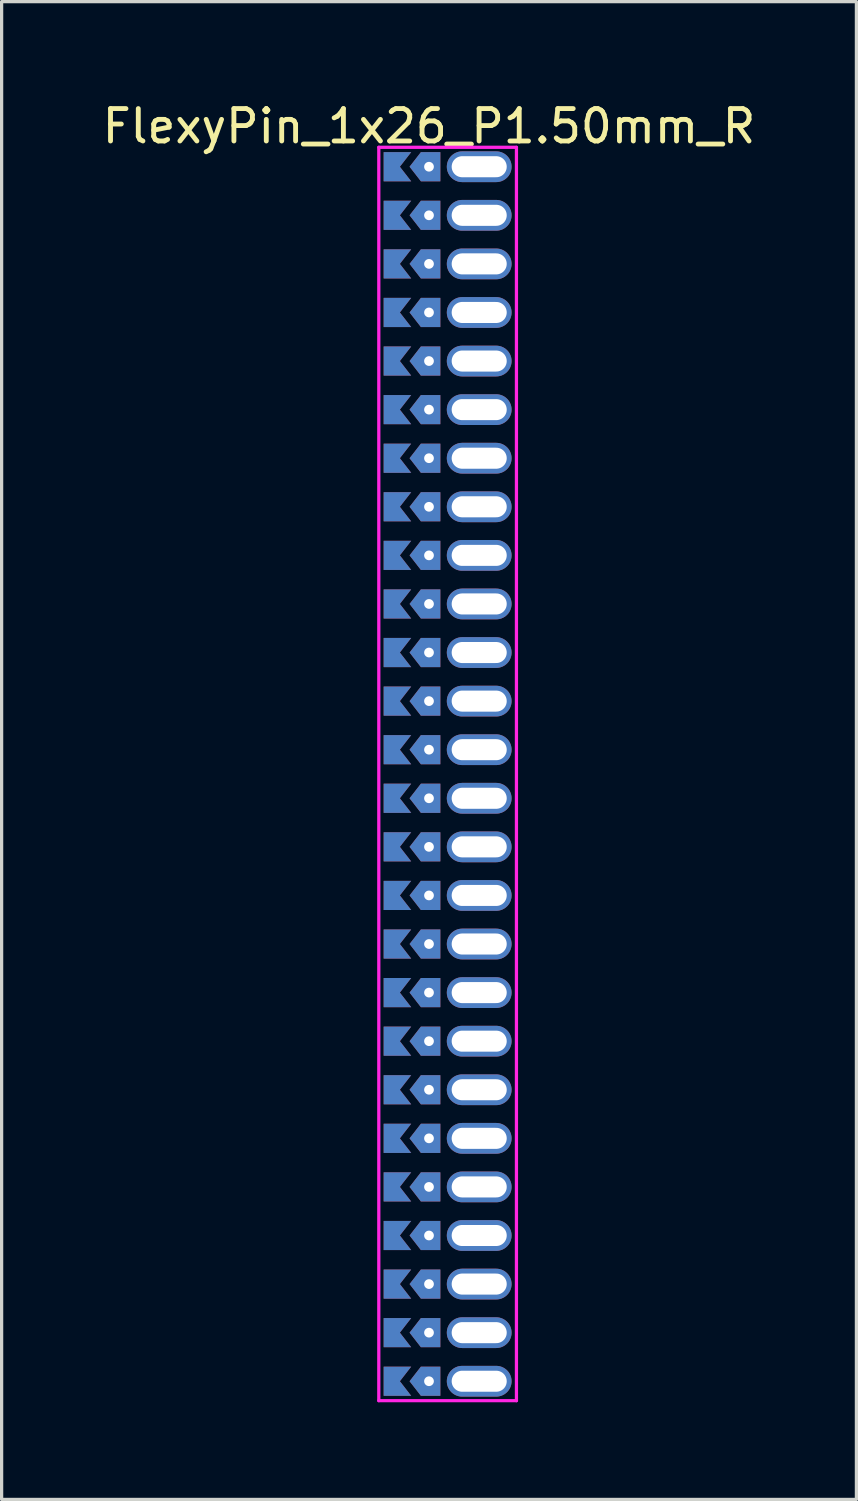
<source format=kicad_pcb>
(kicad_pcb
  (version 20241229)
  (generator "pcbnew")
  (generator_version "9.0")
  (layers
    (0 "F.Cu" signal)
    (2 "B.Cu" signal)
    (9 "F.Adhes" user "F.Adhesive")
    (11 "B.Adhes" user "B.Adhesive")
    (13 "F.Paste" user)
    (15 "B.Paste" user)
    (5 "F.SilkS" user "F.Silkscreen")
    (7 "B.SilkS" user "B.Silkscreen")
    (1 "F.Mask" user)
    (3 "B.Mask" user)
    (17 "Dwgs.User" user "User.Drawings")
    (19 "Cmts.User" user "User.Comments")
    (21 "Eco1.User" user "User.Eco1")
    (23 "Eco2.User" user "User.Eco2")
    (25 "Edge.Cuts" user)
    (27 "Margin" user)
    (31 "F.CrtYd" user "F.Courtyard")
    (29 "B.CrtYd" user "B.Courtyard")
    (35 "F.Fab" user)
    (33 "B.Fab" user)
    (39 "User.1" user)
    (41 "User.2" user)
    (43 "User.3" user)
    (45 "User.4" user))
  (footprint "FlexyPin_1x26_P1.50mm_R"
    (layer "F.Cu")
    (at 10.196 2.098)
    (property "Reference" "FlexyPin_1x26_P1.50mm_R" (at 0 -1.25 0) (layer "F.SilkS") (effects (font (size 1 1) (thickness 0.15))))
    (attr through_hole)
    (fp_line (start -1.55 -0.6) (end 2.7 -0.6) (stroke (width 0.1) (type solid)) (layer "F.CrtYd"))
    (fp_line (start -1.55 38.1) (end -1.55 -0.6) (stroke (width 0.1) (type solid)) (layer "F.CrtYd"))
    (fp_line (start 2.7 -0.6) (end 2.7 38.1) (stroke (width 0.1) (type solid)) (layer "F.CrtYd"))
    (fp_line (start 2.7 38.1) (end -1.55 38.1) (stroke (width 0.1) (type solid)) (layer "F.CrtYd"))
    (pad "" thru_hole custom (at 0 0) (size 0.3 0.3) (drill 0.6) (layers "*.Cu" "*.Mask") (options (anchor rect)) (primitives (gr_poly (pts (xy 0.35 0.45) (xy 0.35 -0.45) (xy -0.25 -0.45) (xy -0.6 0) (xy -0.25 0.45)) (width 0) (fill yes))))
    (pad "" thru_hole custom (at 0 1.5) (size 0.3 0.3) (drill 0.6) (layers "*.Cu" "*.Mask") (options (anchor rect)) (primitives (gr_poly (pts (xy 0.35 0.45) (xy 0.35 -0.45) (xy -0.25 -0.45) (xy -0.6 0) (xy -0.25 0.45)) (width 0) (fill yes))))
    (pad "" thru_hole custom (at 0 3) (size 0.3 0.3) (drill 0.6) (layers "*.Cu" "*.Mask") (options (anchor rect)) (primitives (gr_poly (pts (xy 0.35 0.45) (xy 0.35 -0.45) (xy -0.25 -0.45) (xy -0.6 0) (xy -0.25 0.45)) (width 0) (fill yes))))
    (pad "" thru_hole custom (at 0 4.5) (size 0.3 0.3) (drill 0.6) (layers "*.Cu" "*.Mask") (options (anchor rect)) (primitives (gr_poly (pts (xy 0.35 0.45) (xy 0.35 -0.45) (xy -0.25 -0.45) (xy -0.6 0) (xy -0.25 0.45)) (width 0) (fill yes))))
    (pad "" thru_hole custom (at 0 6) (size 0.3 0.3) (drill 0.6) (layers "*.Cu" "*.Mask") (options (anchor rect)) (primitives (gr_poly (pts (xy 0.35 0.45) (xy 0.35 -0.45) (xy -0.25 -0.45) (xy -0.6 0) (xy -0.25 0.45)) (width 0) (fill yes))))
    (pad "" thru_hole custom (at 0 7.5) (size 0.3 0.3) (drill 0.6) (layers "*.Cu" "*.Mask") (options (anchor rect)) (primitives (gr_poly (pts (xy 0.35 0.45) (xy 0.35 -0.45) (xy -0.25 -0.45) (xy -0.6 0) (xy -0.25 0.45)) (width 0) (fill yes))))
    (pad "" thru_hole custom (at 0 9) (size 0.3 0.3) (drill 0.6) (layers "*.Cu" "*.Mask") (options (anchor rect)) (primitives (gr_poly (pts (xy 0.35 0.45) (xy 0.35 -0.45) (xy -0.25 -0.45) (xy -0.6 0) (xy -0.25 0.45)) (width 0) (fill yes))))
    (pad "" thru_hole custom (at 0 10.5) (size 0.3 0.3) (drill 0.6) (layers "*.Cu" "*.Mask") (options (anchor rect)) (primitives (gr_poly (pts (xy 0.35 0.45) (xy 0.35 -0.45) (xy -0.25 -0.45) (xy -0.6 0) (xy -0.25 0.45)) (width 0) (fill yes))))
    (pad "" thru_hole custom (at 0 12) (size 0.3 0.3) (drill 0.6) (layers "*.Cu" "*.Mask") (options (anchor rect)) (primitives (gr_poly (pts (xy 0.35 0.45) (xy 0.35 -0.45) (xy -0.25 -0.45) (xy -0.6 0) (xy -0.25 0.45)) (width 0) (fill yes))))
    (pad "" thru_hole custom (at 0 13.5) (size 0.3 0.3) (drill 0.6) (layers "*.Cu" "*.Mask") (options (anchor rect)) (primitives (gr_poly (pts (xy 0.35 0.45) (xy 0.35 -0.45) (xy -0.25 -0.45) (xy -0.6 0) (xy -0.25 0.45)) (width 0) (fill yes))))
    (pad "" thru_hole custom (at 0 15) (size 0.3 0.3) (drill 0.6) (layers "*.Cu" "*.Mask") (options (anchor rect)) (primitives (gr_poly (pts (xy 0.35 0.45) (xy 0.35 -0.45) (xy -0.25 -0.45) (xy -0.6 0) (xy -0.25 0.45)) (width 0) (fill yes))))
    (pad "" thru_hole custom (at 0 16.5) (size 0.3 0.3) (drill 0.6) (layers "*.Cu" "*.Mask") (options (anchor rect)) (primitives (gr_poly (pts (xy 0.35 0.45) (xy 0.35 -0.45) (xy -0.25 -0.45) (xy -0.6 0) (xy -0.25 0.45)) (width 0) (fill yes))))
    (pad "" thru_hole custom (at 0 18) (size 0.3 0.3) (drill 0.6) (layers "*.Cu" "*.Mask") (options (anchor rect)) (primitives (gr_poly (pts (xy 0.35 0.45) (xy 0.35 -0.45) (xy -0.25 -0.45) (xy -0.6 0) (xy -0.25 0.45)) (width 0) (fill yes))))
    (pad "" thru_hole custom (at 0 19.5) (size 0.3 0.3) (drill 0.6) (layers "*.Cu" "*.Mask") (options (anchor rect)) (primitives (gr_poly (pts (xy 0.35 0.45) (xy 0.35 -0.45) (xy -0.25 -0.45) (xy -0.6 0) (xy -0.25 0.45)) (width 0) (fill yes))))
    (pad "" thru_hole custom (at 0 21) (size 0.3 0.3) (drill 0.6) (layers "*.Cu" "*.Mask") (options (anchor rect)) (primitives (gr_poly (pts (xy 0.35 0.45) (xy 0.35 -0.45) (xy -0.25 -0.45) (xy -0.6 0) (xy -0.25 0.45)) (width 0) (fill yes))))
    (pad "" thru_hole custom (at 0 22.5) (size 0.3 0.3) (drill 0.6) (layers "*.Cu" "*.Mask") (options (anchor rect)) (primitives (gr_poly (pts (xy 0.35 0.45) (xy 0.35 -0.45) (xy -0.25 -0.45) (xy -0.6 0) (xy -0.25 0.45)) (width 0) (fill yes))))
    (pad "" thru_hole custom (at 0 24) (size 0.3 0.3) (drill 0.6) (layers "*.Cu" "*.Mask") (options (anchor rect)) (primitives (gr_poly (pts (xy 0.35 0.45) (xy 0.35 -0.45) (xy -0.25 -0.45) (xy -0.6 0) (xy -0.25 0.45)) (width 0) (fill yes))))
    (pad "" thru_hole custom (at 0 25.5) (size 0.3 0.3) (drill 0.6) (layers "*.Cu" "*.Mask") (options (anchor rect)) (primitives (gr_poly (pts (xy 0.35 0.45) (xy 0.35 -0.45) (xy -0.25 -0.45) (xy -0.6 0) (xy -0.25 0.45)) (width 0) (fill yes))))
    (pad "" thru_hole custom (at 0 27) (size 0.3 0.3) (drill 0.6) (layers "*.Cu" "*.Mask") (options (anchor rect)) (primitives (gr_poly (pts (xy 0.35 0.45) (xy 0.35 -0.45) (xy -0.25 -0.45) (xy -0.6 0) (xy -0.25 0.45)) (width 0) (fill yes))))
    (pad "" thru_hole custom (at 0 28.5) (size 0.3 0.3) (drill 0.6) (layers "*.Cu" "*.Mask") (options (anchor rect)) (primitives (gr_poly (pts (xy 0.35 0.45) (xy 0.35 -0.45) (xy -0.25 -0.45) (xy -0.6 0) (xy -0.25 0.45)) (width 0) (fill yes))))
    (pad "" thru_hole custom (at 0 30) (size 0.3 0.3) (drill 0.6) (layers "*.Cu" "*.Mask") (options (anchor rect)) (primitives (gr_poly (pts (xy 0.35 0.45) (xy 0.35 -0.45) (xy -0.25 -0.45) (xy -0.6 0) (xy -0.25 0.45)) (width 0) (fill yes))))
    (pad "" thru_hole custom (at 0 31.5) (size 0.3 0.3) (drill 0.6) (layers "*.Cu" "*.Mask") (options (anchor rect)) (primitives (gr_poly (pts (xy 0.35 0.45) (xy 0.35 -0.45) (xy -0.25 -0.45) (xy -0.6 0) (xy -0.25 0.45)) (width 0) (fill yes))))
    (pad "" thru_hole custom (at 0 33) (size 0.3 0.3) (drill 0.6) (layers "*.Cu" "*.Mask") (options (anchor rect)) (primitives (gr_poly (pts (xy 0.35 0.45) (xy 0.35 -0.45) (xy -0.25 -0.45) (xy -0.6 0) (xy -0.25 0.45)) (width 0) (fill yes))))
    (pad "" thru_hole custom (at 0 34.5) (size 0.3 0.3) (drill 0.6) (layers "*.Cu" "*.Mask") (options (anchor rect)) (primitives (gr_poly (pts (xy 0.35 0.45) (xy 0.35 -0.45) (xy -0.25 -0.45) (xy -0.6 0) (xy -0.25 0.45)) (width 0) (fill yes))))
    (pad "" thru_hole custom (at 0 36) (size 0.3 0.3) (drill 0.6) (layers "*.Cu" "*.Mask") (options (anchor rect)) (primitives (gr_poly (pts (xy 0.35 0.45) (xy 0.35 -0.45) (xy -0.25 -0.45) (xy -0.6 0) (xy -0.25 0.45)) (width 0) (fill yes))))
    (pad "" thru_hole custom (at 0 37.5) (size 0.3 0.3) (drill 0.6) (layers "*.Cu" "*.Mask") (options (anchor rect)) (primitives (gr_poly (pts (xy 0.35 0.45) (xy 0.35 -0.45) (xy -0.25 -0.45) (xy -0.6 0) (xy -0.25 0.45)) (width 0) (fill yes))))
    (pad "" thru_hole oval (at 1.55 0) (size 2 0.95) (drill oval 1.7 0.65) (layers "*.Cu" "*.Mask"))
    (pad "" thru_hole oval (at 1.55 1.5) (size 2 0.95) (drill oval 1.7 0.65) (layers "*.Cu" "*.Mask"))
    (pad "" thru_hole oval (at 1.55 3) (size 2 0.95) (drill oval 1.7 0.65) (layers "*.Cu" "*.Mask"))
    (pad "" thru_hole oval (at 1.55 4.5) (size 2 0.95) (drill oval 1.7 0.65) (layers "*.Cu" "*.Mask"))
    (pad "" thru_hole oval (at 1.55 6) (size 2 0.95) (drill oval 1.7 0.65) (layers "*.Cu" "*.Mask"))
    (pad "" thru_hole oval (at 1.55 7.5) (size 2 0.95) (drill oval 1.7 0.65) (layers "*.Cu" "*.Mask"))
    (pad "" thru_hole oval (at 1.55 9) (size 2 0.95) (drill oval 1.7 0.65) (layers "*.Cu" "*.Mask"))
    (pad "" thru_hole oval (at 1.55 10.5) (size 2 0.95) (drill oval 1.7 0.65) (layers "*.Cu" "*.Mask"))
    (pad "" thru_hole oval (at 1.55 12) (size 2 0.95) (drill oval 1.7 0.65) (layers "*.Cu" "*.Mask"))
    (pad "" thru_hole oval (at 1.55 13.5) (size 2 0.95) (drill oval 1.7 0.65) (layers "*.Cu" "*.Mask"))
    (pad "" thru_hole oval (at 1.55 15) (size 2 0.95) (drill oval 1.7 0.65) (layers "*.Cu" "*.Mask"))
    (pad "" thru_hole oval (at 1.55 16.5) (size 2 0.95) (drill oval 1.7 0.65) (layers "*.Cu" "*.Mask"))
    (pad "" thru_hole oval (at 1.55 18) (size 2 0.95) (drill oval 1.7 0.65) (layers "*.Cu" "*.Mask"))
    (pad "" thru_hole oval (at 1.55 19.5) (size 2 0.95) (drill oval 1.7 0.65) (layers "*.Cu" "*.Mask"))
    (pad "" thru_hole oval (at 1.55 21) (size 2 0.95) (drill oval 1.7 0.65) (layers "*.Cu" "*.Mask"))
    (pad "" thru_hole oval (at 1.55 22.5) (size 2 0.95) (drill oval 1.7 0.65) (layers "*.Cu" "*.Mask"))
    (pad "" thru_hole oval (at 1.55 24) (size 2 0.95) (drill oval 1.7 0.65) (layers "*.Cu" "*.Mask"))
    (pad "" thru_hole oval (at 1.55 25.5) (size 2 0.95) (drill oval 1.7 0.65) (layers "*.Cu" "*.Mask"))
    (pad "" thru_hole oval (at 1.55 27) (size 2 0.95) (drill oval 1.7 0.65) (layers "*.Cu" "*.Mask"))
    (pad "" thru_hole oval (at 1.55 28.5) (size 2 0.95) (drill oval 1.7 0.65) (layers "*.Cu" "*.Mask"))
    (pad "" thru_hole oval (at 1.55 30) (size 2 0.95) (drill oval 1.7 0.65) (layers "*.Cu" "*.Mask"))
    (pad "" thru_hole oval (at 1.55 31.5) (size 2 0.95) (drill oval 1.7 0.65) (layers "*.Cu" "*.Mask"))
    (pad "" thru_hole oval (at 1.55 33) (size 2 0.95) (drill oval 1.7 0.65) (layers "*.Cu" "*.Mask"))
    (pad "" thru_hole oval (at 1.55 34.5) (size 2 0.95) (drill oval 1.7 0.65) (layers "*.Cu" "*.Mask"))
    (pad "" thru_hole oval (at 1.55 36) (size 2 0.95) (drill oval 1.7 0.65) (layers "*.Cu" "*.Mask"))
    (pad "" thru_hole oval (at 1.55 37.5) (size 2 0.95) (drill oval 1.7 0.65) (layers "*.Cu" "*.Mask"))
    (pad "1" smd custom (at -0.9 0) (size 0.01 0.01) (layers "F.Cu" "F.Mask") (options (anchor rect)) (primitives (gr_poly (pts (xy 0 0) (xy 0.35 0.45) (xy -0.5 0.45) (xy -0.5 -0.45) (xy 0.35 -0.45)) (width 0) (fill yes))))
    (pad "2" smd custom (at -0.9 1.5) (size 0.01 0.01) (layers "F.Cu" "F.Mask") (options (anchor rect)) (primitives (gr_poly (pts (xy 0 0) (xy 0.35 0.45) (xy -0.5 0.45) (xy -0.5 -0.45) (xy 0.35 -0.45)) (width 0) (fill yes))))
    (pad "3" smd custom (at -0.9 3) (size 0.01 0.01) (layers "F.Cu" "F.Mask") (options (anchor rect)) (primitives (gr_poly (pts (xy 0 0) (xy 0.35 0.45) (xy -0.5 0.45) (xy -0.5 -0.45) (xy 0.35 -0.45)) (width 0) (fill yes))))
    (pad "4" smd custom (at -0.9 4.5) (size 0.01 0.01) (layers "F.Cu" "F.Mask") (options (anchor rect)) (primitives (gr_poly (pts (xy 0 0) (xy 0.35 0.45) (xy -0.5 0.45) (xy -0.5 -0.45) (xy 0.35 -0.45)) (width 0) (fill yes))))
    (pad "5" smd custom (at -0.9 6) (size 0.01 0.01) (layers "F.Cu" "F.Mask") (options (anchor rect)) (primitives (gr_poly (pts (xy 0 0) (xy 0.35 0.45) (xy -0.5 0.45) (xy -0.5 -0.45) (xy 0.35 -0.45)) (width 0) (fill yes))))
    (pad "6" smd custom (at -0.9 7.5) (size 0.01 0.01) (layers "F.Cu" "F.Mask") (options (anchor rect)) (primitives (gr_poly (pts (xy 0 0) (xy 0.35 0.45) (xy -0.5 0.45) (xy -0.5 -0.45) (xy 0.35 -0.45)) (width 0) (fill yes))))
    (pad "7" smd custom (at -0.9 9) (size 0.01 0.01) (layers "F.Cu" "F.Mask") (options (anchor rect)) (primitives (gr_poly (pts (xy 0 0) (xy 0.35 0.45) (xy -0.5 0.45) (xy -0.5 -0.45) (xy 0.35 -0.45)) (width 0) (fill yes))))
    (pad "8" smd custom (at -0.9 10.5) (size 0.01 0.01) (layers "F.Cu" "F.Mask") (options (anchor rect)) (primitives (gr_poly (pts (xy 0 0) (xy 0.35 0.45) (xy -0.5 0.45) (xy -0.5 -0.45) (xy 0.35 -0.45)) (width 0) (fill yes))))
    (pad "9" smd custom (at -0.9 12) (size 0.01 0.01) (layers "F.Cu" "F.Mask") (options (anchor rect)) (primitives (gr_poly (pts (xy 0 0) (xy 0.35 0.45) (xy -0.5 0.45) (xy -0.5 -0.45) (xy 0.35 -0.45)) (width 0) (fill yes))))
    (pad "10" smd custom (at -0.9 13.5) (size 0.01 0.01) (layers "F.Cu" "F.Mask") (options (anchor rect)) (primitives (gr_poly (pts (xy 0 0) (xy 0.35 0.45) (xy -0.5 0.45) (xy -0.5 -0.45) (xy 0.35 -0.45)) (width 0) (fill yes))))
    (pad "11" smd custom (at -0.9 15) (size 0.01 0.01) (layers "F.Cu" "F.Mask") (options (anchor rect)) (primitives (gr_poly (pts (xy 0 0) (xy 0.35 0.45) (xy -0.5 0.45) (xy -0.5 -0.45) (xy 0.35 -0.45)) (width 0) (fill yes))))
    (pad "12" smd custom (at -0.9 16.5) (size 0.01 0.01) (layers "F.Cu" "F.Mask") (options (anchor rect)) (primitives (gr_poly (pts (xy 0 0) (xy 0.35 0.45) (xy -0.5 0.45) (xy -0.5 -0.45) (xy 0.35 -0.45)) (width 0) (fill yes))))
    (pad "13" smd custom (at -0.9 18) (size 0.01 0.01) (layers "F.Cu" "F.Mask") (options (anchor rect)) (primitives (gr_poly (pts (xy 0 0) (xy 0.35 0.45) (xy -0.5 0.45) (xy -0.5 -0.45) (xy 0.35 -0.45)) (width 0) (fill yes))))
    (pad "14" smd custom (at -0.9 19.5) (size 0.01 0.01) (layers "F.Cu" "F.Mask") (options (anchor rect)) (primitives (gr_poly (pts (xy 0 0) (xy 0.35 0.45) (xy -0.5 0.45) (xy -0.5 -0.45) (xy 0.35 -0.45)) (width 0) (fill yes))))
    (pad "15" smd custom (at -0.9 21) (size 0.01 0.01) (layers "F.Cu" "F.Mask") (options (anchor rect)) (primitives (gr_poly (pts (xy 0 0) (xy 0.35 0.45) (xy -0.5 0.45) (xy -0.5 -0.45) (xy 0.35 -0.45)) (width 0) (fill yes))))
    (pad "16" smd custom (at -0.9 22.5) (size 0.01 0.01) (layers "F.Cu" "F.Mask") (options (anchor rect)) (primitives (gr_poly (pts (xy 0 0) (xy 0.35 0.45) (xy -0.5 0.45) (xy -0.5 -0.45) (xy 0.35 -0.45)) (width 0) (fill yes))))
    (pad "17" smd custom (at -0.9 24) (size 0.01 0.01) (layers "F.Cu" "F.Mask") (options (anchor rect)) (primitives (gr_poly (pts (xy 0 0) (xy 0.35 0.45) (xy -0.5 0.45) (xy -0.5 -0.45) (xy 0.35 -0.45)) (width 0) (fill yes))))
    (pad "18" smd custom (at -0.9 25.5) (size 0.01 0.01) (layers "F.Cu" "F.Mask") (options (anchor rect)) (primitives (gr_poly (pts (xy 0 0) (xy 0.35 0.45) (xy -0.5 0.45) (xy -0.5 -0.45) (xy 0.35 -0.45)) (width 0) (fill yes))))
    (pad "19" smd custom (at -0.9 27) (size 0.01 0.01) (layers "F.Cu" "F.Mask") (options (anchor rect)) (primitives (gr_poly (pts (xy 0 0) (xy 0.35 0.45) (xy -0.5 0.45) (xy -0.5 -0.45) (xy 0.35 -0.45)) (width 0) (fill yes))))
    (pad "20" smd custom (at -0.9 28.5) (size 0.01 0.01) (layers "F.Cu" "F.Mask") (options (anchor rect)) (primitives (gr_poly (pts (xy 0 0) (xy 0.35 0.45) (xy -0.5 0.45) (xy -0.5 -0.45) (xy 0.35 -0.45)) (width 0) (fill yes))))
    (pad "21" smd custom (at -0.9 30) (size 0.01 0.01) (layers "F.Cu" "F.Mask") (options (anchor rect)) (primitives (gr_poly (pts (xy 0 0) (xy 0.35 0.45) (xy -0.5 0.45) (xy -0.5 -0.45) (xy 0.35 -0.45)) (width 0) (fill yes))))
    (pad "22" smd custom (at -0.9 31.5) (size 0.01 0.01) (layers "F.Cu" "F.Mask") (options (anchor rect)) (primitives (gr_poly (pts (xy 0 0) (xy 0.35 0.45) (xy -0.5 0.45) (xy -0.5 -0.45) (xy 0.35 -0.45)) (width 0) (fill yes))))
    (pad "23" smd custom (at -0.9 33) (size 0.01 0.01) (layers "F.Cu" "F.Mask") (options (anchor rect)) (primitives (gr_poly (pts (xy 0 0) (xy 0.35 0.45) (xy -0.5 0.45) (xy -0.5 -0.45) (xy 0.35 -0.45)) (width 0) (fill yes))))
    (pad "24" smd custom (at -0.9 34.5) (size 0.01 0.01) (layers "F.Cu" "F.Mask") (options (anchor rect)) (primitives (gr_poly (pts (xy 0 0) (xy 0.35 0.45) (xy -0.5 0.45) (xy -0.5 -0.45) (xy 0.35 -0.45)) (width 0) (fill yes))))
    (pad "25" smd custom (at -0.9 36) (size 0.01 0.01) (layers "F.Cu" "F.Mask") (options (anchor rect)) (primitives (gr_poly (pts (xy 0 0) (xy 0.35 0.45) (xy -0.5 0.45) (xy -0.5 -0.45) (xy 0.35 -0.45)) (width 0) (fill yes))))
    (pad "26" smd custom (at -0.9 37.5) (size 0.01 0.01) (layers "F.Cu" "F.Mask") (options (anchor rect)) (primitives (gr_poly (pts (xy 0 0) (xy 0.35 0.45) (xy -0.5 0.45) (xy -0.5 -0.45) (xy 0.35 -0.45)) (width 0) (fill yes))))
    (pad "27" smd custom (at -0.9 0) (size 0.01 0.01) (layers "B.Cu" "B.Mask") (options (anchor rect)) (primitives (gr_poly (pts (xy 0 0) (xy 0.35 0.45) (xy -0.5 0.45) (xy -0.5 -0.45) (xy 0.35 -0.45)) (width 0) (fill yes))))
    (pad "28" smd custom (at -0.9 1.5) (size 0.01 0.01) (layers "B.Cu" "B.Mask") (options (anchor rect)) (primitives (gr_poly (pts (xy 0 0) (xy 0.35 0.45) (xy -0.5 0.45) (xy -0.5 -0.45) (xy 0.35 -0.45)) (width 0) (fill yes))))
    (pad "29" smd custom (at -0.9 3) (size 0.01 0.01) (layers "B.Cu" "B.Mask") (options (anchor rect)) (primitives (gr_poly (pts (xy 0 0) (xy 0.35 0.45) (xy -0.5 0.45) (xy -0.5 -0.45) (xy 0.35 -0.45)) (width 0) (fill yes))))
    (pad "30" smd custom (at -0.9 4.5) (size 0.01 0.01) (layers "B.Cu" "B.Mask") (options (anchor rect)) (primitives (gr_poly (pts (xy 0 0) (xy 0.35 0.45) (xy -0.5 0.45) (xy -0.5 -0.45) (xy 0.35 -0.45)) (width 0) (fill yes))))
    (pad "31" smd custom (at -0.9 6) (size 0.01 0.01) (layers "B.Cu" "B.Mask") (options (anchor rect)) (primitives (gr_poly (pts (xy 0 0) (xy 0.35 0.45) (xy -0.5 0.45) (xy -0.5 -0.45) (xy 0.35 -0.45)) (width 0) (fill yes))))
    (pad "32" smd custom (at -0.9 7.5) (size 0.01 0.01) (layers "B.Cu" "B.Mask") (options (anchor rect)) (primitives (gr_poly (pts (xy 0 0) (xy 0.35 0.45) (xy -0.5 0.45) (xy -0.5 -0.45) (xy 0.35 -0.45)) (width 0) (fill yes))))
    (pad "33" smd custom (at -0.9 9) (size 0.01 0.01) (layers "B.Cu" "B.Mask") (options (anchor rect)) (primitives (gr_poly (pts (xy 0 0) (xy 0.35 0.45) (xy -0.5 0.45) (xy -0.5 -0.45) (xy 0.35 -0.45)) (width 0) (fill yes))))
    (pad "34" smd custom (at -0.9 10.5) (size 0.01 0.01) (layers "B.Cu" "B.Mask") (options (anchor rect)) (primitives (gr_poly (pts (xy 0 0) (xy 0.35 0.45) (xy -0.5 0.45) (xy -0.5 -0.45) (xy 0.35 -0.45)) (width 0) (fill yes))))
    (pad "35" smd custom (at -0.9 12) (size 0.01 0.01) (layers "B.Cu" "B.Mask") (options (anchor rect)) (primitives (gr_poly (pts (xy 0 0) (xy 0.35 0.45) (xy -0.5 0.45) (xy -0.5 -0.45) (xy 0.35 -0.45)) (width 0) (fill yes))))
    (pad "36" smd custom (at -0.9 13.5) (size 0.01 0.01) (layers "B.Cu" "B.Mask") (options (anchor rect)) (primitives (gr_poly (pts (xy 0 0) (xy 0.35 0.45) (xy -0.5 0.45) (xy -0.5 -0.45) (xy 0.35 -0.45)) (width 0) (fill yes))))
    (pad "37" smd custom (at -0.9 15) (size 0.01 0.01) (layers "B.Cu" "B.Mask") (options (anchor rect)) (primitives (gr_poly (pts (xy 0 0) (xy 0.35 0.45) (xy -0.5 0.45) (xy -0.5 -0.45) (xy 0.35 -0.45)) (width 0) (fill yes))))
    (pad "38" smd custom (at -0.9 16.5) (size 0.01 0.01) (layers "B.Cu" "B.Mask") (options (anchor rect)) (primitives (gr_poly (pts (xy 0 0) (xy 0.35 0.45) (xy -0.5 0.45) (xy -0.5 -0.45) (xy 0.35 -0.45)) (width 0) (fill yes))))
    (pad "39" smd custom (at -0.9 18) (size 0.01 0.01) (layers "B.Cu" "B.Mask") (options (anchor rect)) (primitives (gr_poly (pts (xy 0 0) (xy 0.35 0.45) (xy -0.5 0.45) (xy -0.5 -0.45) (xy 0.35 -0.45)) (width 0) (fill yes))))
    (pad "40" smd custom (at -0.9 19.5) (size 0.01 0.01) (layers "B.Cu" "B.Mask") (options (anchor rect)) (primitives (gr_poly (pts (xy 0 0) (xy 0.35 0.45) (xy -0.5 0.45) (xy -0.5 -0.45) (xy 0.35 -0.45)) (width 0) (fill yes))))
    (pad "41" smd custom (at -0.9 21) (size 0.01 0.01) (layers "B.Cu" "B.Mask") (options (anchor rect)) (primitives (gr_poly (pts (xy 0 0) (xy 0.35 0.45) (xy -0.5 0.45) (xy -0.5 -0.45) (xy 0.35 -0.45)) (width 0) (fill yes))))
    (pad "42" smd custom (at -0.9 22.5) (size 0.01 0.01) (layers "B.Cu" "B.Mask") (options (anchor rect)) (primitives (gr_poly (pts (xy 0 0) (xy 0.35 0.45) (xy -0.5 0.45) (xy -0.5 -0.45) (xy 0.35 -0.45)) (width 0) (fill yes))))
    (pad "43" smd custom (at -0.9 24) (size 0.01 0.01) (layers "B.Cu" "B.Mask") (options (anchor rect)) (primitives (gr_poly (pts (xy 0 0) (xy 0.35 0.45) (xy -0.5 0.45) (xy -0.5 -0.45) (xy 0.35 -0.45)) (width 0) (fill yes))))
    (pad "44" smd custom (at -0.9 25.5) (size 0.01 0.01) (layers "B.Cu" "B.Mask") (options (anchor rect)) (primitives (gr_poly (pts (xy 0 0) (xy 0.35 0.45) (xy -0.5 0.45) (xy -0.5 -0.45) (xy 0.35 -0.45)) (width 0) (fill yes))))
    (pad "45" smd custom (at -0.9 27) (size 0.01 0.01) (layers "B.Cu" "B.Mask") (options (anchor rect)) (primitives (gr_poly (pts (xy 0 0) (xy 0.35 0.45) (xy -0.5 0.45) (xy -0.5 -0.45) (xy 0.35 -0.45)) (width 0) (fill yes))))
    (pad "46" smd custom (at -0.9 28.5) (size 0.01 0.01) (layers "B.Cu" "B.Mask") (options (anchor rect)) (primitives (gr_poly (pts (xy 0 0) (xy 0.35 0.45) (xy -0.5 0.45) (xy -0.5 -0.45) (xy 0.35 -0.45)) (width 0) (fill yes))))
    (pad "47" smd custom (at -0.9 30) (size 0.01 0.01) (layers "B.Cu" "B.Mask") (options (anchor rect)) (primitives (gr_poly (pts (xy 0 0) (xy 0.35 0.45) (xy -0.5 0.45) (xy -0.5 -0.45) (xy 0.35 -0.45)) (width 0) (fill yes))))
    (pad "48" smd custom (at -0.9 31.5) (size 0.01 0.01) (layers "B.Cu" "B.Mask") (options (anchor rect)) (primitives (gr_poly (pts (xy 0 0) (xy 0.35 0.45) (xy -0.5 0.45) (xy -0.5 -0.45) (xy 0.35 -0.45)) (width 0) (fill yes))))
    (pad "49" smd custom (at -0.9 33) (size 0.01 0.01) (layers "B.Cu" "B.Mask") (options (anchor rect)) (primitives (gr_poly (pts (xy 0 0) (xy 0.35 0.45) (xy -0.5 0.45) (xy -0.5 -0.45) (xy 0.35 -0.45)) (width 0) (fill yes))))
    (pad "50" smd custom (at -0.9 34.5) (size 0.01 0.01) (layers "B.Cu" "B.Mask") (options (anchor rect)) (primitives (gr_poly (pts (xy 0 0) (xy 0.35 0.45) (xy -0.5 0.45) (xy -0.5 -0.45) (xy 0.35 -0.45)) (width 0) (fill yes))))
    (pad "51" smd custom (at -0.9 36) (size 0.01 0.01) (layers "B.Cu" "B.Mask") (options (anchor rect)) (primitives (gr_poly (pts (xy 0 0) (xy 0.35 0.45) (xy -0.5 0.45) (xy -0.5 -0.45) (xy 0.35 -0.45)) (width 0) (fill yes))))
    (pad "52" smd custom (at -0.9 37.5) (size 0.01 0.01) (layers "B.Cu" "B.Mask") (options (anchor rect)) (primitives (gr_poly (pts (xy 0 0) (xy 0.35 0.45) (xy -0.5 0.45) (xy -0.5 -0.45) (xy 0.35 -0.45)) (width 0) (fill yes)))))
  (gr_rect
    (start -3 -3)
    (end 23.393 43.248)
    (stroke (width 0.1) (type default))
    (fill no)
    (layer "Edge.Cuts")))
</source>
